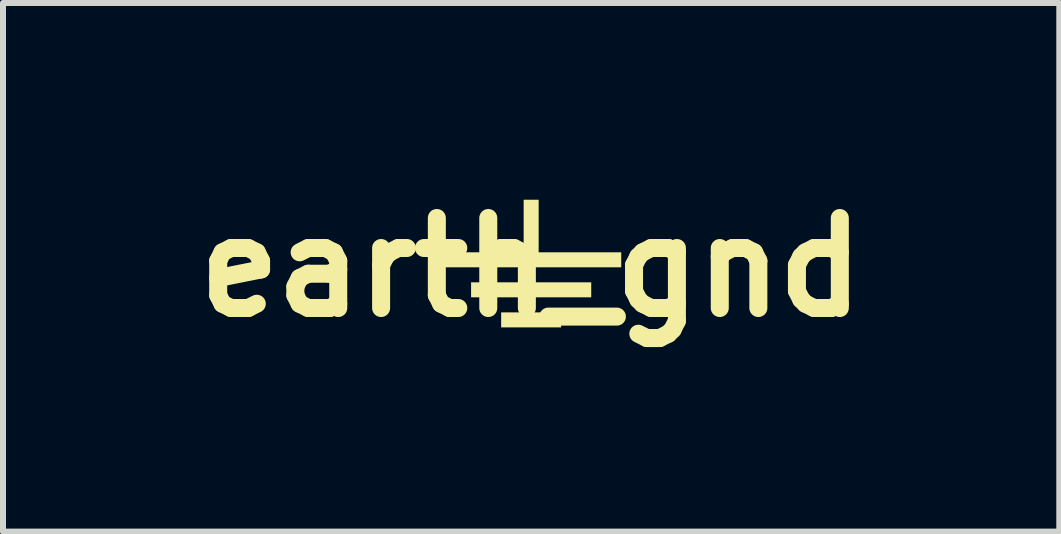
<source format=kicad_pcb>
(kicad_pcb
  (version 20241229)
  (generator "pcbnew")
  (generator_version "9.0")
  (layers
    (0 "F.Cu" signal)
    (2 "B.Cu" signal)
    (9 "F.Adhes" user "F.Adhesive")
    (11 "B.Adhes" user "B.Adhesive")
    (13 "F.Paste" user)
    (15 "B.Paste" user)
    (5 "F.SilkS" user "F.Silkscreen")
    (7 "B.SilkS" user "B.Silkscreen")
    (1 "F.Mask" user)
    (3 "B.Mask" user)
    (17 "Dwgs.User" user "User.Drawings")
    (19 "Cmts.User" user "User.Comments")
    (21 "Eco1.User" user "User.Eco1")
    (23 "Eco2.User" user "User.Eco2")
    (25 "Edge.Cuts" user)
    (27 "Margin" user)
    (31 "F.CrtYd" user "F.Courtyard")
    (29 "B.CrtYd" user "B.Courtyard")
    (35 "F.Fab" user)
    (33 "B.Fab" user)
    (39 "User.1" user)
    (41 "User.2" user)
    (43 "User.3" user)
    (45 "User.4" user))
  (footprint "earth_gnd"
    (layer "F.Cu")
    (at 5.8 1.404)
    (property "Reference" "earth_gnd" (at 0 0 0) (layer "F.SilkS") (effects (font (size 1.5 1.5) (thickness 0.3))))
    (attr board_only exclude_from_pos_files exclude_from_bom)
    (fp_poly (pts (xy 0.5 0.876) (xy 0.5 1.001) (xy 0 1.001) (xy -0.5 1.001) (xy -0.5 0.876) (xy -0.5 0.751) (xy 0 0.751) (xy 0.5 0.751)) (stroke (width 0) (type solid)) (fill yes) (layer "F.SilkS"))
    (fp_poly (pts (xy 1.001 0.375) (xy 1.001 0.5) (xy 0 0.5) (xy -1.001 0.5) (xy -1.001 0.375) (xy -1.001 0.25) (xy 0 0.25) (xy 1.001 0.25)) (stroke (width 0) (type solid)) (fill yes) (layer "F.SilkS"))
    (fp_poly (pts (xy 0.125 -0.688) (xy 0.125 -0.25) (xy 0.813 -0.25) (xy 1.501 -0.25) (xy 1.501 -0.125) (xy 1.501 0) (xy 0 0) (xy -1.501 0) (xy -1.501 -0.125) (xy -1.501 -0.25) (xy -0.813 -0.25) (xy -0.125 -0.25) (xy -0.125 -0.688) (xy -0.125 -1.126) (xy 0 -1.126) (xy 0.125 -1.126)) (stroke (width 0) (type solid)) (fill yes) (layer "F.SilkS")))
  (gr_rect
    (start -3 -3)
    (end 14.6 5.808)
    (stroke (width 0.1) (type default))
    (fill no)
    (layer "Edge.Cuts")))
</source>
